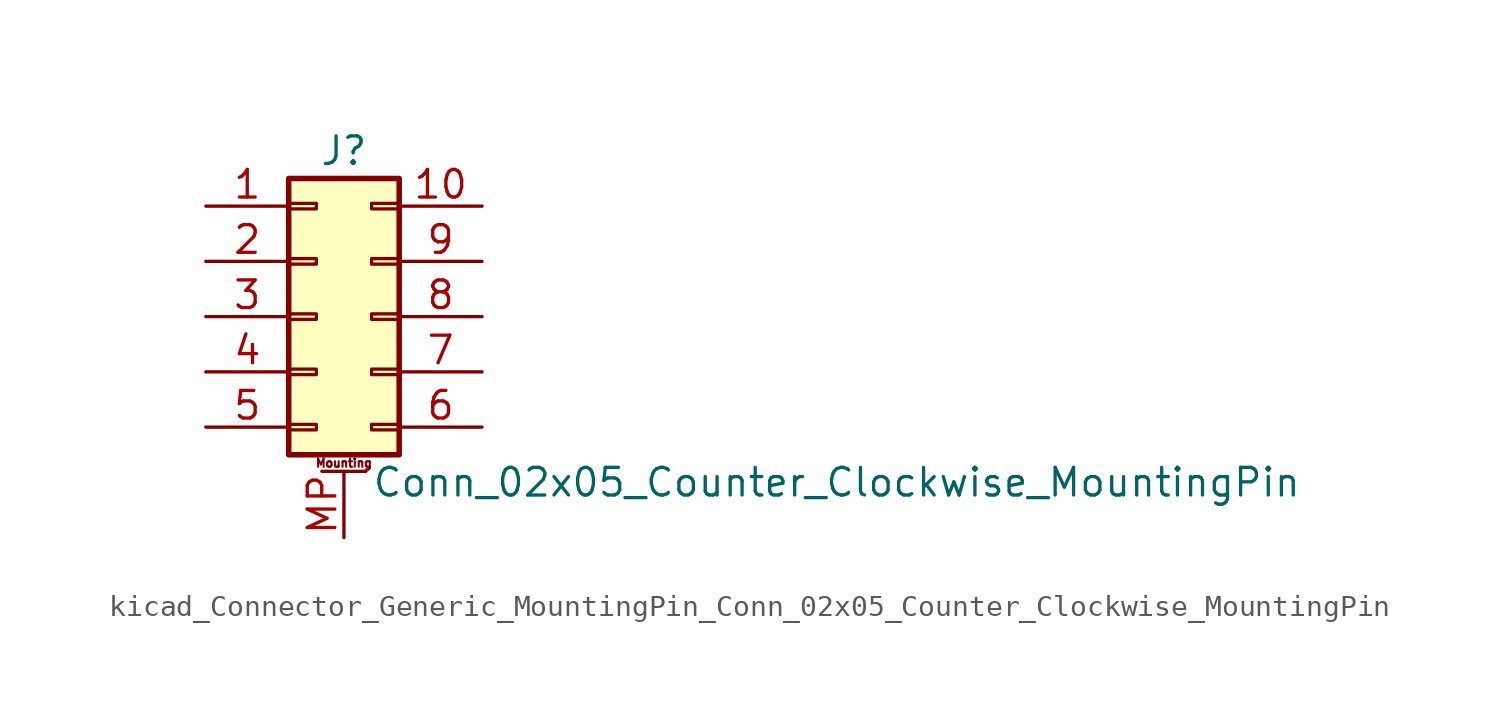
<source format=kicad_sym>
(kicad_symbol_lib
  (version 20220914)
  (generator kicad_symbol_editor)
  (symbol "kicad_Connector_Generic_MountingPin_Conn_02x05_Counter_Clockwise_MountingPin"
    (pin_names
      (offset 1.016) hide)
    (property "Reference" "J"
      (at 1.27 7.62 0)
      (effects (font (size 1.27 1.27))))
    (property "Value" "Conn_02x05_Counter_Clockwise_MountingPin"
      (at 2.54 -7.62 0)
      (effects (font (size 1.27 1.27)) (justify left)))
    (symbol "kicad_Connector_Generic_MountingPin_Conn_02x05_Counter_Clockwise_MountingPin_1_1"
      (rectangle (start -1.27 -4.953) (end 0 -5.207) (stroke (width 0.152) (type default)) (fill (type none)))
      (rectangle (start -1.27 -2.413) (end 0 -2.667) (stroke (width 0.152) (type default)) (fill (type none)))
      (rectangle (start -1.27 0.127) (end 0 -0.127) (stroke (width 0.152) (type default)) (fill (type none)))
      (rectangle (start -1.27 2.667) (end 0 2.413) (stroke (width 0.152) (type default)) (fill (type none)))
      (rectangle (start -1.27 5.207) (end 0 4.953) (stroke (width 0.152) (type default)) (fill (type none)))
      (rectangle (start -1.27 6.35) (end 3.81 -6.35) (stroke (width 0.254) (type default)) (fill (type background)))
      (polyline (pts (xy 0.254 -7.112) (xy 2.286 -7.112)) (stroke (width 0.152) (type default)) (fill (type none)))
      (rectangle (start 3.81 -4.953) (end 2.54 -5.207) (stroke (width 0.152) (type default)) (fill (type none)))
      (rectangle (start 3.81 -2.413) (end 2.54 -2.667) (stroke (width 0.152) (type default)) (fill (type none)))
      (rectangle (start 3.81 0.127) (end 2.54 -0.127) (stroke (width 0.152) (type default)) (fill (type none)))
      (rectangle (start 3.81 2.667) (end 2.54 2.413) (stroke (width 0.152) (type default)) (fill (type none)))
      (rectangle (start 3.81 5.207) (end 2.54 4.953) (stroke (width 0.152) (type default)) (fill (type none)))
      (text "Mounting" (at 1.27 -6.731 0) (effects (font (size 0.381 0.381))))
      (pin passive line (at -5.08 5.08 0) (length 3.81) (name "Pin_1" (effects (font (size 1.27 1.27)))) (number "1" (effects (font (size 1.27 1.27)))))
      (pin passive line (at 7.62 5.08 180) (length 3.81) (name "Pin_10" (effects (font (size 1.27 1.27)))) (number "10" (effects (font (size 1.27 1.27)))))
      (pin passive line (at -5.08 2.54 0) (length 3.81) (name "Pin_2" (effects (font (size 1.27 1.27)))) (number "2" (effects (font (size 1.27 1.27)))))
      (pin passive line (at -5.08 0 0) (length 3.81) (name "Pin_3" (effects (font (size 1.27 1.27)))) (number "3" (effects (font (size 1.27 1.27)))))
      (pin passive line (at -5.08 -2.54 0) (length 3.81) (name "Pin_4" (effects (font (size 1.27 1.27)))) (number "4" (effects (font (size 1.27 1.27)))))
      (pin passive line (at -5.08 -5.08 0) (length 3.81) (name "Pin_5" (effects (font (size 1.27 1.27)))) (number "5" (effects (font (size 1.27 1.27)))))
      (pin passive line (at 7.62 -5.08 180) (length 3.81) (name "Pin_6" (effects (font (size 1.27 1.27)))) (number "6" (effects (font (size 1.27 1.27)))))
      (pin passive line (at 7.62 -2.54 180) (length 3.81) (name "Pin_7" (effects (font (size 1.27 1.27)))) (number "7" (effects (font (size 1.27 1.27)))))
      (pin passive line (at 7.62 0 180) (length 3.81) (name "Pin_8" (effects (font (size 1.27 1.27)))) (number "8" (effects (font (size 1.27 1.27)))))
      (pin passive line (at 7.62 2.54 180) (length 3.81) (name "Pin_9" (effects (font (size 1.27 1.27)))) (number "9" (effects (font (size 1.27 1.27)))))
      (pin passive line (at 1.27 -10.16 90) (length 3.048) (name "MountPin" (effects (font (size 1.27 1.27)))) (number "MP" (effects (font (size 1.27 1.27))))))))
</source>
